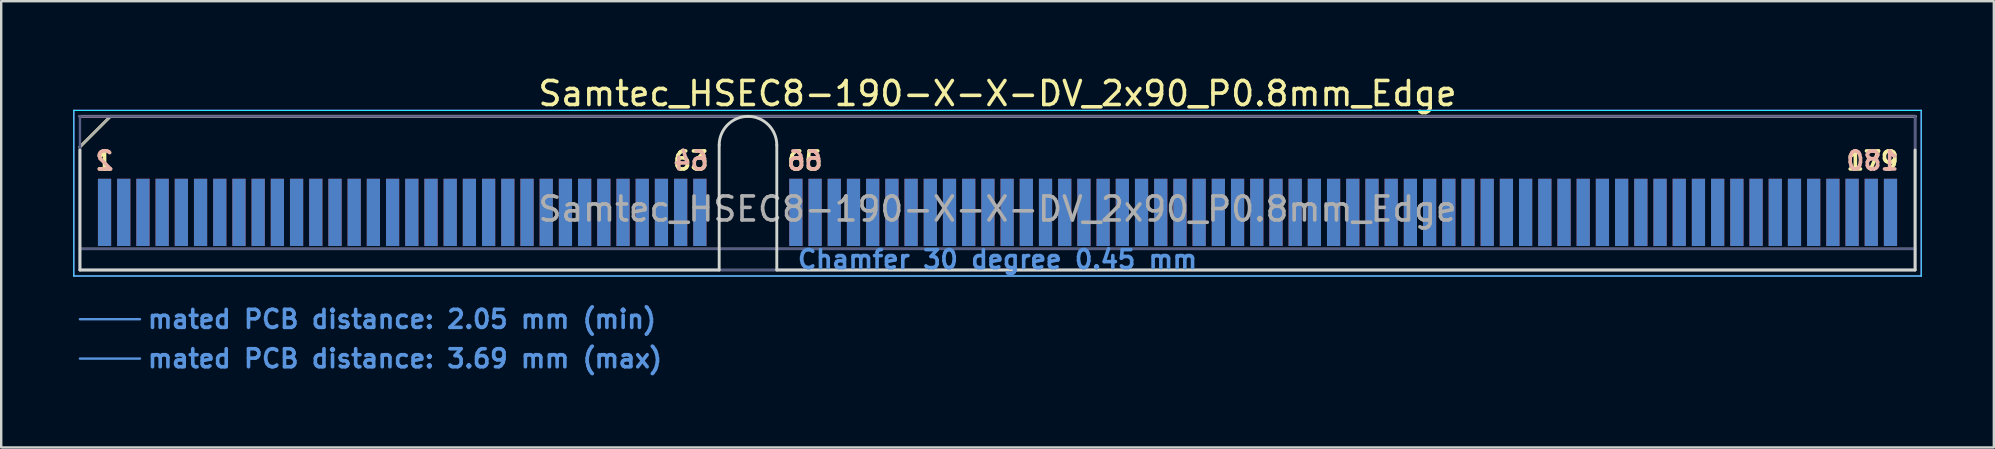
<source format=kicad_pcb>
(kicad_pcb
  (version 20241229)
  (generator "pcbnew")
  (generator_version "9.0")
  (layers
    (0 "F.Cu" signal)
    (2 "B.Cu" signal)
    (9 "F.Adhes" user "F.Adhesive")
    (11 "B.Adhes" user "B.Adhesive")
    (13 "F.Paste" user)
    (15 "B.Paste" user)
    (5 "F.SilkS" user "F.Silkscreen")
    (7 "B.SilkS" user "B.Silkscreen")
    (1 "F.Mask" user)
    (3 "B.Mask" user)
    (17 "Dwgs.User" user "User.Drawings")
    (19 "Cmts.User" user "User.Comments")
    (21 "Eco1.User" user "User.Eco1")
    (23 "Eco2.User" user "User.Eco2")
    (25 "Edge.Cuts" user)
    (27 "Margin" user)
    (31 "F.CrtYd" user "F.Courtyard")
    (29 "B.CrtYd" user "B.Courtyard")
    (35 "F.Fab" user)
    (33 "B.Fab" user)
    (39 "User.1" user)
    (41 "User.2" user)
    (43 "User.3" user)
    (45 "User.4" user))
  (footprint "Samtec_HSEC8-190-X-X-DV_2x90_P0.8mm_Edge"
    (layer "F.Cu")
    (at 38.505 8.198)
    (property "Reference" "Samtec_HSEC8-190-X-X-DV_2x90_P0.8mm_Edge" (at 0 -7.35 0) (layer "F.SilkS") (effects (font (size 1 1) (thickness 0.15))))
    (attr exclude_from_pos_files exclude_from_bom)
    (fp_line (start -38.225 -5.13) (end -36.955 -6.4) (stroke (width 0.12) (type solid)) (layer "F.SilkS"))
    (fp_line (start -36.955 -6.4) (end 38.225 -6.4) (stroke (width 0.12) (type solid)) (layer "F.SilkS"))
    (fp_line (start -38.225 -6.4) (end -38.225 -6.4) (stroke (width 0.12) (type solid)) (layer "B.SilkS"))
    (fp_line (start -38.225 -6.4) (end 38.225 -6.4) (stroke (width 0.12) (type solid)) (layer "B.SilkS"))
    (fp_line (start -38.225 2.05) (end -35.725 2.05) (stroke (width 0.1) (type solid)) (layer "Cmts.User"))
    (fp_line (start -38.225 3.69) (end -35.725 3.69) (stroke (width 0.1) (type solid)) (layer "Cmts.User"))
    (fp_line (start -38.225 -5) (end -38.225 0) (stroke (width 0.12) (type solid)) (layer "Edge.Cuts"))
    (fp_line (start -38.225 0) (end -11.595 0) (stroke (width 0.12) (type solid)) (layer "Edge.Cuts"))
    (fp_line (start -11.595 0) (end -11.595 -5.2) (stroke (width 0.12) (type solid)) (layer "Edge.Cuts"))
    (fp_line (start -9.195 -5.2) (end -9.195 0) (stroke (width 0.12) (type solid)) (layer "Edge.Cuts"))
    (fp_line (start -9.195 0) (end 38.225 0) (stroke (width 0.12) (type solid)) (layer "Edge.Cuts"))
    (fp_line (start 38.225 0) (end 38.225 -5) (stroke (width 0.12) (type solid)) (layer "Edge.Cuts"))
    (fp_arc (start -11.595 -5.2) (mid -10.395 -6.4) (end -9.195 -5.2) (stroke (width 0.12) (type solid)) (layer "Edge.Cuts"))
    (fp_line (start -38.48 -6.65) (end -38.48 0.25) (stroke (width 0.05) (type solid)) (layer "B.CrtYd"))
    (fp_line (start -38.48 0.25) (end 38.48 0.25) (stroke (width 0.05) (type solid)) (layer "B.CrtYd"))
    (fp_line (start 38.48 -6.65) (end -38.48 -6.65) (stroke (width 0.05) (type solid)) (layer "B.CrtYd"))
    (fp_line (start 38.48 0.25) (end 38.48 -6.65) (stroke (width 0.05) (type solid)) (layer "B.CrtYd"))
    (fp_line (start -38.48 -6.65) (end -38.48 0.25) (stroke (width 0.05) (type solid)) (layer "F.CrtYd"))
    (fp_line (start -38.48 0.25) (end 38.48 0.25) (stroke (width 0.05) (type solid)) (layer "F.CrtYd"))
    (fp_line (start 38.48 -6.65) (end -38.48 -6.65) (stroke (width 0.05) (type solid)) (layer "F.CrtYd"))
    (fp_line (start 38.48 0.25) (end 38.48 -6.65) (stroke (width 0.05) (type solid)) (layer "F.CrtYd"))
    (fp_line (start -38.225 -6.4) (end -38.225 -6.4) (stroke (width 0.1) (type solid)) (layer "B.Fab"))
    (fp_line (start -38.225 -6.4) (end -38.225 0) (stroke (width 0.1) (type solid)) (layer "B.Fab"))
    (fp_line (start -38.225 -6.4) (end 38.225 -6.4) (stroke (width 0.1) (type solid)) (layer "B.Fab"))
    (fp_line (start -38.225 -0.88) (end 38.225 -0.88) (stroke (width 0.1) (type solid)) (layer "B.Fab"))
    (fp_line (start -38.225 0) (end 38.225 0) (stroke (width 0.1) (type solid)) (layer "B.Fab"))
    (fp_line (start 38.225 -6.4) (end 38.225 0) (stroke (width 0.1) (type solid)) (layer "B.Fab"))
    (fp_line (start -38.225 -5.13) (end -38.225 0) (stroke (width 0.1) (type solid)) (layer "F.Fab"))
    (fp_line (start -38.225 -5.13) (end -36.955 -6.4) (stroke (width 0.1) (type solid)) (layer "F.Fab"))
    (fp_line (start -38.225 -0.88) (end 38.225 -0.88) (stroke (width 0.1) (type solid)) (layer "F.Fab"))
    (fp_line (start -38.225 0) (end 38.225 0) (stroke (width 0.1) (type solid)) (layer "F.Fab"))
    (fp_line (start -36.955 -6.4) (end 38.225 -6.4) (stroke (width 0.1) (type solid)) (layer "F.Fab"))
    (fp_line (start 38.225 -6.4) (end 38.225 0) (stroke (width 0.1) (type solid)) (layer "F.Fab"))
    (fp_text user "65" (at -8.025 -4.55 0) (layer "F.SilkS") (effects (font (size 0.75 0.75) (thickness 0.15))))
    (fp_text user "63" (at -12.775 -4.55 0) (layer "F.SilkS") (effects (font (size 0.75 0.75) (thickness 0.15))))
    (fp_text user "1" (at -37.2 -4.55 0) (layer "F.SilkS") (effects (font (size 0.75 0.75) (thickness 0.15))))
    (fp_text user "179" (at 36.45 -4.55 0) (layer "F.SilkS") (effects (font (size 0.75 0.75) (thickness 0.15))))
    (fp_text user "180" (at 36.45 -4.55 0) (layer "B.SilkS") (effects (font (size 0.75 0.75) (thickness 0.15)) (justify mirror)))
    (fp_text user "2" (at -37.2 -4.55 0) (layer "B.SilkS") (effects (font (size 0.75 0.75) (thickness 0.15)) (justify mirror)))
    (fp_text user "64" (at -12.775 -4.55 0) (layer "B.SilkS") (effects (font (size 0.75 0.75) (thickness 0.15)) (justify mirror)))
    (fp_text user "66" (at -8.025 -4.55 0) (layer "B.SilkS") (effects (font (size 0.75 0.75) (thickness 0.15)) (justify mirror)))
    (fp_text user "mated PCB distance: 2.05 mm (min)" (at -35.48 2.05 0) (layer "Cmts.User") (effects (font (size 0.75 0.75) (thickness 0.15)) (justify left)))
    (fp_text user "Chamfer 30 degree 0.45 mm" (at 0 -0.44 0) (layer "Cmts.User") (effects (font (size 0.75 0.75) (thickness 0.15))))
    (fp_text user "mated PCB distance: 3.69 mm (max)" (at -35.48 3.69 0) (layer "Cmts.User") (effects (font (size 0.75 0.75) (thickness 0.15)) (justify left)))
    (fp_text user "${REFERENCE}" (at 0 -2.54 0) (layer "F.Fab") (effects (font (size 1 1) (thickness 0.15))))
    (pad "1" connect rect (at -37.2 -2.4) (size 0.55 2.8) (layers "F.Cu" "F.Mask"))
    (pad "2" connect rect (at -37.2 -2.4) (size 0.55 2.8) (layers "B.Cu" "B.Mask"))
    (pad "3" connect rect (at -36.4 -2.4) (size 0.55 2.8) (layers "F.Cu" "F.Mask"))
    (pad "4" connect rect (at -36.4 -2.4) (size 0.55 2.8) (layers "B.Cu" "B.Mask"))
    (pad "5" connect rect (at -35.6 -2.4) (size 0.55 2.8) (layers "F.Cu" "F.Mask"))
    (pad "6" connect rect (at -35.6 -2.4) (size 0.55 2.8) (layers "B.Cu" "B.Mask"))
    (pad "7" connect rect (at -34.8 -2.4) (size 0.55 2.8) (layers "F.Cu" "F.Mask"))
    (pad "8" connect rect (at -34.8 -2.4) (size 0.55 2.8) (layers "B.Cu" "B.Mask"))
    (pad "9" connect rect (at -34 -2.4) (size 0.55 2.8) (layers "F.Cu" "F.Mask"))
    (pad "10" connect rect (at -34 -2.4) (size 0.55 2.8) (layers "B.Cu" "B.Mask"))
    (pad "11" connect rect (at -33.2 -2.4) (size 0.55 2.8) (layers "F.Cu" "F.Mask"))
    (pad "12" connect rect (at -33.2 -2.4) (size 0.55 2.8) (layers "B.Cu" "B.Mask"))
    (pad "13" connect rect (at -32.4 -2.4) (size 0.55 2.8) (layers "F.Cu" "F.Mask"))
    (pad "14" connect rect (at -32.4 -2.4) (size 0.55 2.8) (layers "B.Cu" "B.Mask"))
    (pad "15" connect rect (at -31.6 -2.4) (size 0.55 2.8) (layers "F.Cu" "F.Mask"))
    (pad "16" connect rect (at -31.6 -2.4) (size 0.55 2.8) (layers "B.Cu" "B.Mask"))
    (pad "17" connect rect (at -30.8 -2.4) (size 0.55 2.8) (layers "F.Cu" "F.Mask"))
    (pad "18" connect rect (at -30.8 -2.4) (size 0.55 2.8) (layers "B.Cu" "B.Mask"))
    (pad "19" connect rect (at -30 -2.4) (size 0.55 2.8) (layers "F.Cu" "F.Mask"))
    (pad "20" connect rect (at -30 -2.4) (size 0.55 2.8) (layers "B.Cu" "B.Mask"))
    (pad "21" connect rect (at -29.2 -2.4) (size 0.55 2.8) (layers "F.Cu" "F.Mask"))
    (pad "22" connect rect (at -29.2 -2.4) (size 0.55 2.8) (layers "B.Cu" "B.Mask"))
    (pad "23" connect rect (at -28.4 -2.4) (size 0.55 2.8) (layers "F.Cu" "F.Mask"))
    (pad "24" connect rect (at -28.4 -2.4) (size 0.55 2.8) (layers "B.Cu" "B.Mask"))
    (pad "25" connect rect (at -27.6 -2.4) (size 0.55 2.8) (layers "F.Cu" "F.Mask"))
    (pad "26" connect rect (at -27.6 -2.4) (size 0.55 2.8) (layers "B.Cu" "B.Mask"))
    (pad "27" connect rect (at -26.8 -2.4) (size 0.55 2.8) (layers "F.Cu" "F.Mask"))
    (pad "28" connect rect (at -26.8 -2.4) (size 0.55 2.8) (layers "B.Cu" "B.Mask"))
    (pad "29" connect rect (at -26 -2.4) (size 0.55 2.8) (layers "F.Cu" "F.Mask"))
    (pad "30" connect rect (at -26 -2.4) (size 0.55 2.8) (layers "B.Cu" "B.Mask"))
    (pad "31" connect rect (at -25.2 -2.4) (size 0.55 2.8) (layers "F.Cu" "F.Mask"))
    (pad "32" connect rect (at -25.2 -2.4) (size 0.55 2.8) (layers "B.Cu" "B.Mask"))
    (pad "33" connect rect (at -24.4 -2.4) (size 0.55 2.8) (layers "F.Cu" "F.Mask"))
    (pad "34" connect rect (at -24.4 -2.4) (size 0.55 2.8) (layers "B.Cu" "B.Mask"))
    (pad "35" connect rect (at -23.6 -2.4) (size 0.55 2.8) (layers "F.Cu" "F.Mask"))
    (pad "36" connect rect (at -23.6 -2.4) (size 0.55 2.8) (layers "B.Cu" "B.Mask"))
    (pad "37" connect rect (at -22.8 -2.4) (size 0.55 2.8) (layers "F.Cu" "F.Mask"))
    (pad "38" connect rect (at -22.8 -2.4) (size 0.55 2.8) (layers "B.Cu" "B.Mask"))
    (pad "39" connect rect (at -22 -2.4) (size 0.55 2.8) (layers "F.Cu" "F.Mask"))
    (pad "40" connect rect (at -22 -2.4) (size 0.55 2.8) (layers "B.Cu" "B.Mask"))
    (pad "41" connect rect (at -21.2 -2.4) (size 0.55 2.8) (layers "F.Cu" "F.Mask"))
    (pad "42" connect rect (at -21.2 -2.4) (size 0.55 2.8) (layers "B.Cu" "B.Mask"))
    (pad "43" connect rect (at -20.4 -2.4) (size 0.55 2.8) (layers "F.Cu" "F.Mask"))
    (pad "44" connect rect (at -20.4 -2.4) (size 0.55 2.8) (layers "B.Cu" "B.Mask"))
    (pad "45" connect rect (at -19.6 -2.4) (size 0.55 2.8) (layers "F.Cu" "F.Mask"))
    (pad "46" connect rect (at -19.6 -2.4) (size 0.55 2.8) (layers "B.Cu" "B.Mask"))
    (pad "47" connect rect (at -18.8 -2.4) (size 0.55 2.8) (layers "F.Cu" "F.Mask"))
    (pad "48" connect rect (at -18.8 -2.4) (size 0.55 2.8) (layers "B.Cu" "B.Mask"))
    (pad "49" connect rect (at -18 -2.4) (size 0.55 2.8) (layers "F.Cu" "F.Mask"))
    (pad "50" connect rect (at -18 -2.4) (size 0.55 2.8) (layers "B.Cu" "B.Mask"))
    (pad "51" connect rect (at -17.2 -2.4) (size 0.55 2.8) (layers "F.Cu" "F.Mask"))
    (pad "52" connect rect (at -17.2 -2.4) (size 0.55 2.8) (layers "B.Cu" "B.Mask"))
    (pad "53" connect rect (at -16.4 -2.4) (size 0.55 2.8) (layers "F.Cu" "F.Mask"))
    (pad "54" connect rect (at -16.4 -2.4) (size 0.55 2.8) (layers "B.Cu" "B.Mask"))
    (pad "55" connect rect (at -15.6 -2.4) (size 0.55 2.8) (layers "F.Cu" "F.Mask"))
    (pad "56" connect rect (at -15.6 -2.4) (size 0.55 2.8) (layers "B.Cu" "B.Mask"))
    (pad "57" connect rect (at -14.8 -2.4) (size 0.55 2.8) (layers "F.Cu" "F.Mask"))
    (pad "58" connect rect (at -14.8 -2.4) (size 0.55 2.8) (layers "B.Cu" "B.Mask"))
    (pad "59" connect rect (at -14 -2.4) (size 0.55 2.8) (layers "F.Cu" "F.Mask"))
    (pad "60" connect rect (at -14 -2.4) (size 0.55 2.8) (layers "B.Cu" "B.Mask"))
    (pad "61" connect rect (at -13.2 -2.4) (size 0.55 2.8) (layers "F.Cu" "F.Mask"))
    (pad "62" connect rect (at -13.2 -2.4) (size 0.55 2.8) (layers "B.Cu" "B.Mask"))
    (pad "63" connect rect (at -12.4 -2.4) (size 0.55 2.8) (layers "F.Cu" "F.Mask"))
    (pad "64" connect rect (at -12.4 -2.4) (size 0.55 2.8) (layers "B.Cu" "B.Mask"))
    (pad "65" connect rect (at -8.4 -2.4) (size 0.55 2.8) (layers "F.Cu" "F.Mask"))
    (pad "66" connect rect (at -8.4 -2.4) (size 0.55 2.8) (layers "B.Cu" "B.Mask"))
    (pad "67" connect rect (at -7.6 -2.4) (size 0.55 2.8) (layers "F.Cu" "F.Mask"))
    (pad "68" connect rect (at -7.6 -2.4) (size 0.55 2.8) (layers "B.Cu" "B.Mask"))
    (pad "69" connect rect (at -6.8 -2.4) (size 0.55 2.8) (layers "F.Cu" "F.Mask"))
    (pad "70" connect rect (at -6.8 -2.4) (size 0.55 2.8) (layers "B.Cu" "B.Mask"))
    (pad "71" connect rect (at -6 -2.4) (size 0.55 2.8) (layers "F.Cu" "F.Mask"))
    (pad "72" connect rect (at -6 -2.4) (size 0.55 2.8) (layers "B.Cu" "B.Mask"))
    (pad "73" connect rect (at -5.2 -2.4) (size 0.55 2.8) (layers "F.Cu" "F.Mask"))
    (pad "74" connect rect (at -5.2 -2.4) (size 0.55 2.8) (layers "B.Cu" "B.Mask"))
    (pad "75" connect rect (at -4.4 -2.4) (size 0.55 2.8) (layers "F.Cu" "F.Mask"))
    (pad "76" connect rect (at -4.4 -2.4) (size 0.55 2.8) (layers "B.Cu" "B.Mask"))
    (pad "77" connect rect (at -3.6 -2.4) (size 0.55 2.8) (layers "F.Cu" "F.Mask"))
    (pad "78" connect rect (at -3.6 -2.4) (size 0.55 2.8) (layers "B.Cu" "B.Mask"))
    (pad "79" connect rect (at -2.8 -2.4) (size 0.55 2.8) (layers "F.Cu" "F.Mask"))
    (pad "80" connect rect (at -2.8 -2.4) (size 0.55 2.8) (layers "B.Cu" "B.Mask"))
    (pad "81" connect rect (at -2 -2.4) (size 0.55 2.8) (layers "F.Cu" "F.Mask"))
    (pad "82" connect rect (at -2 -2.4) (size 0.55 2.8) (layers "B.Cu" "B.Mask"))
    (pad "83" connect rect (at -1.2 -2.4) (size 0.55 2.8) (layers "F.Cu" "F.Mask"))
    (pad "84" connect rect (at -1.2 -2.4) (size 0.55 2.8) (layers "B.Cu" "B.Mask"))
    (pad "85" connect rect (at -0.4 -2.4) (size 0.55 2.8) (layers "F.Cu" "F.Mask"))
    (pad "86" connect rect (at -0.4 -2.4) (size 0.55 2.8) (layers "B.Cu" "B.Mask"))
    (pad "87" connect rect (at 0.4 -2.4) (size 0.55 2.8) (layers "F.Cu" "F.Mask"))
    (pad "88" connect rect (at 0.4 -2.4) (size 0.55 2.8) (layers "B.Cu" "B.Mask"))
    (pad "89" connect rect (at 1.2 -2.4) (size 0.55 2.8) (layers "F.Cu" "F.Mask"))
    (pad "90" connect rect (at 1.2 -2.4) (size 0.55 2.8) (layers "B.Cu" "B.Mask"))
    (pad "91" connect rect (at 2 -2.4) (size 0.55 2.8) (layers "F.Cu" "F.Mask"))
    (pad "92" connect rect (at 2 -2.4) (size 0.55 2.8) (layers "B.Cu" "B.Mask"))
    (pad "93" connect rect (at 2.8 -2.4) (size 0.55 2.8) (layers "F.Cu" "F.Mask"))
    (pad "94" connect rect (at 2.8 -2.4) (size 0.55 2.8) (layers "B.Cu" "B.Mask"))
    (pad "95" connect rect (at 3.6 -2.4) (size 0.55 2.8) (layers "F.Cu" "F.Mask"))
    (pad "96" connect rect (at 3.6 -2.4) (size 0.55 2.8) (layers "B.Cu" "B.Mask"))
    (pad "97" connect rect (at 4.4 -2.4) (size 0.55 2.8) (layers "F.Cu" "F.Mask"))
    (pad "98" connect rect (at 4.4 -2.4) (size 0.55 2.8) (layers "B.Cu" "B.Mask"))
    (pad "99" connect rect (at 5.2 -2.4) (size 0.55 2.8) (layers "F.Cu" "F.Mask"))
    (pad "100" connect rect (at 5.2 -2.4) (size 0.55 2.8) (layers "B.Cu" "B.Mask"))
    (pad "101" connect rect (at 6 -2.4) (size 0.55 2.8) (layers "F.Cu" "F.Mask"))
    (pad "102" connect rect (at 6 -2.4) (size 0.55 2.8) (layers "B.Cu" "B.Mask"))
    (pad "103" connect rect (at 6.8 -2.4) (size 0.55 2.8) (layers "F.Cu" "F.Mask"))
    (pad "104" connect rect (at 6.8 -2.4) (size 0.55 2.8) (layers "B.Cu" "B.Mask"))
    (pad "105" connect rect (at 7.6 -2.4) (size 0.55 2.8) (layers "F.Cu" "F.Mask"))
    (pad "106" connect rect (at 7.6 -2.4) (size 0.55 2.8) (layers "B.Cu" "B.Mask"))
    (pad "107" connect rect (at 8.4 -2.4) (size 0.55 2.8) (layers "F.Cu" "F.Mask"))
    (pad "108" connect rect (at 8.4 -2.4) (size 0.55 2.8) (layers "B.Cu" "B.Mask"))
    (pad "109" connect rect (at 9.2 -2.4) (size 0.55 2.8) (layers "F.Cu" "F.Mask"))
    (pad "110" connect rect (at 9.2 -2.4) (size 0.55 2.8) (layers "B.Cu" "B.Mask"))
    (pad "111" connect rect (at 10 -2.4) (size 0.55 2.8) (layers "F.Cu" "F.Mask"))
    (pad "112" connect rect (at 10 -2.4) (size 0.55 2.8) (layers "B.Cu" "B.Mask"))
    (pad "113" connect rect (at 10.8 -2.4) (size 0.55 2.8) (layers "F.Cu" "F.Mask"))
    (pad "114" connect rect (at 10.8 -2.4) (size 0.55 2.8) (layers "B.Cu" "B.Mask"))
    (pad "115" connect rect (at 11.6 -2.4) (size 0.55 2.8) (layers "F.Cu" "F.Mask"))
    (pad "116" connect rect (at 11.6 -2.4) (size 0.55 2.8) (layers "B.Cu" "B.Mask"))
    (pad "117" connect rect (at 12.4 -2.4) (size 0.55 2.8) (layers "F.Cu" "F.Mask"))
    (pad "118" connect rect (at 12.4 -2.4) (size 0.55 2.8) (layers "B.Cu" "B.Mask"))
    (pad "119" connect rect (at 13.2 -2.4) (size 0.55 2.8) (layers "F.Cu" "F.Mask"))
    (pad "120" connect rect (at 13.2 -2.4) (size 0.55 2.8) (layers "B.Cu" "B.Mask"))
    (pad "121" connect rect (at 14 -2.4) (size 0.55 2.8) (layers "F.Cu" "F.Mask"))
    (pad "122" connect rect (at 14 -2.4) (size 0.55 2.8) (layers "B.Cu" "B.Mask"))
    (pad "123" connect rect (at 14.8 -2.4) (size 0.55 2.8) (layers "F.Cu" "F.Mask"))
    (pad "124" connect rect (at 14.8 -2.4) (size 0.55 2.8) (layers "B.Cu" "B.Mask"))
    (pad "125" connect rect (at 15.6 -2.4) (size 0.55 2.8) (layers "F.Cu" "F.Mask"))
    (pad "126" connect rect (at 15.6 -2.4) (size 0.55 2.8) (layers "B.Cu" "B.Mask"))
    (pad "127" connect rect (at 16.4 -2.4) (size 0.55 2.8) (layers "F.Cu" "F.Mask"))
    (pad "128" connect rect (at 16.4 -2.4) (size 0.55 2.8) (layers "B.Cu" "B.Mask"))
    (pad "129" connect rect (at 17.2 -2.4) (size 0.55 2.8) (layers "F.Cu" "F.Mask"))
    (pad "130" connect rect (at 17.2 -2.4) (size 0.55 2.8) (layers "B.Cu" "B.Mask"))
    (pad "131" connect rect (at 18 -2.4) (size 0.55 2.8) (layers "F.Cu" "F.Mask"))
    (pad "132" connect rect (at 18 -2.4) (size 0.55 2.8) (layers "B.Cu" "B.Mask"))
    (pad "133" connect rect (at 18.8 -2.4) (size 0.55 2.8) (layers "F.Cu" "F.Mask"))
    (pad "134" connect rect (at 18.8 -2.4) (size 0.55 2.8) (layers "B.Cu" "B.Mask"))
    (pad "135" connect rect (at 19.6 -2.4) (size 0.55 2.8) (layers "F.Cu" "F.Mask"))
    (pad "136" connect rect (at 19.6 -2.4) (size 0.55 2.8) (layers "B.Cu" "B.Mask"))
    (pad "137" connect rect (at 20.4 -2.4) (size 0.55 2.8) (layers "F.Cu" "F.Mask"))
    (pad "138" connect rect (at 20.4 -2.4) (size 0.55 2.8) (layers "B.Cu" "B.Mask"))
    (pad "139" connect rect (at 21.2 -2.4) (size 0.55 2.8) (layers "F.Cu" "F.Mask"))
    (pad "140" connect rect (at 21.2 -2.4) (size 0.55 2.8) (layers "B.Cu" "B.Mask"))
    (pad "141" connect rect (at 22 -2.4) (size 0.55 2.8) (layers "F.Cu" "F.Mask"))
    (pad "142" connect rect (at 22 -2.4) (size 0.55 2.8) (layers "B.Cu" "B.Mask"))
    (pad "143" connect rect (at 22.8 -2.4) (size 0.55 2.8) (layers "F.Cu" "F.Mask"))
    (pad "144" connect rect (at 22.8 -2.4) (size 0.55 2.8) (layers "B.Cu" "B.Mask"))
    (pad "145" connect rect (at 23.6 -2.4) (size 0.55 2.8) (layers "F.Cu" "F.Mask"))
    (pad "146" connect rect (at 23.6 -2.4) (size 0.55 2.8) (layers "B.Cu" "B.Mask"))
    (pad "147" connect rect (at 24.4 -2.4) (size 0.55 2.8) (layers "F.Cu" "F.Mask"))
    (pad "148" connect rect (at 24.4 -2.4) (size 0.55 2.8) (layers "B.Cu" "B.Mask"))
    (pad "149" connect rect (at 25.2 -2.4) (size 0.55 2.8) (layers "F.Cu" "F.Mask"))
    (pad "150" connect rect (at 25.2 -2.4) (size 0.55 2.8) (layers "B.Cu" "B.Mask"))
    (pad "151" connect rect (at 26 -2.4) (size 0.55 2.8) (layers "F.Cu" "F.Mask"))
    (pad "152" connect rect (at 26 -2.4) (size 0.55 2.8) (layers "B.Cu" "B.Mask"))
    (pad "153" connect rect (at 26.8 -2.4) (size 0.55 2.8) (layers "F.Cu" "F.Mask"))
    (pad "154" connect rect (at 26.8 -2.4) (size 0.55 2.8) (layers "B.Cu" "B.Mask"))
    (pad "155" connect rect (at 27.6 -2.4) (size 0.55 2.8) (layers "F.Cu" "F.Mask"))
    (pad "156" connect rect (at 27.6 -2.4) (size 0.55 2.8) (layers "B.Cu" "B.Mask"))
    (pad "157" connect rect (at 28.4 -2.4) (size 0.55 2.8) (layers "F.Cu" "F.Mask"))
    (pad "158" connect rect (at 28.4 -2.4) (size 0.55 2.8) (layers "B.Cu" "B.Mask"))
    (pad "159" connect rect (at 29.2 -2.4) (size 0.55 2.8) (layers "F.Cu" "F.Mask"))
    (pad "160" connect rect (at 29.2 -2.4) (size 0.55 2.8) (layers "B.Cu" "B.Mask"))
    (pad "161" connect rect (at 30 -2.4) (size 0.55 2.8) (layers "F.Cu" "F.Mask"))
    (pad "162" connect rect (at 30 -2.4) (size 0.55 2.8) (layers "B.Cu" "B.Mask"))
    (pad "163" connect rect (at 30.8 -2.4) (size 0.55 2.8) (layers "F.Cu" "F.Mask"))
    (pad "164" connect rect (at 30.8 -2.4) (size 0.55 2.8) (layers "B.Cu" "B.Mask"))
    (pad "165" connect rect (at 31.6 -2.4) (size 0.55 2.8) (layers "F.Cu" "F.Mask"))
    (pad "166" connect rect (at 31.6 -2.4) (size 0.55 2.8) (layers "B.Cu" "B.Mask"))
    (pad "167" connect rect (at 32.4 -2.4) (size 0.55 2.8) (layers "F.Cu" "F.Mask"))
    (pad "168" connect rect (at 32.4 -2.4) (size 0.55 2.8) (layers "B.Cu" "B.Mask"))
    (pad "169" connect rect (at 33.2 -2.4) (size 0.55 2.8) (layers "F.Cu" "F.Mask"))
    (pad "170" connect rect (at 33.2 -2.4) (size 0.55 2.8) (layers "B.Cu" "B.Mask"))
    (pad "171" connect rect (at 34 -2.4) (size 0.55 2.8) (layers "F.Cu" "F.Mask"))
    (pad "172" connect rect (at 34 -2.4) (size 0.55 2.8) (layers "B.Cu" "B.Mask"))
    (pad "173" connect rect (at 34.8 -2.4) (size 0.55 2.8) (layers "F.Cu" "F.Mask"))
    (pad "174" connect rect (at 34.8 -2.4) (size 0.55 2.8) (layers "B.Cu" "B.Mask"))
    (pad "175" connect rect (at 35.6 -2.4) (size 0.55 2.8) (layers "F.Cu" "F.Mask"))
    (pad "176" connect rect (at 35.6 -2.4) (size 0.55 2.8) (layers "B.Cu" "B.Mask"))
    (pad "177" connect rect (at 36.4 -2.4) (size 0.55 2.8) (layers "F.Cu" "F.Mask"))
    (pad "178" connect rect (at 36.4 -2.4) (size 0.55 2.8) (layers "B.Cu" "B.Mask"))
    (pad "179" connect rect (at 37.2 -2.4) (size 0.55 2.8) (layers "F.Cu" "F.Mask"))
    (pad "180" connect rect (at 37.2 -2.4) (size 0.55 2.8) (layers "B.Cu" "B.Mask")))
  (gr_rect
    (start -3 -3)
    (end 80.01 15.59)
    (stroke (width 0.1) (type default))
    (fill no)
    (layer "Edge.Cuts")))
</source>
